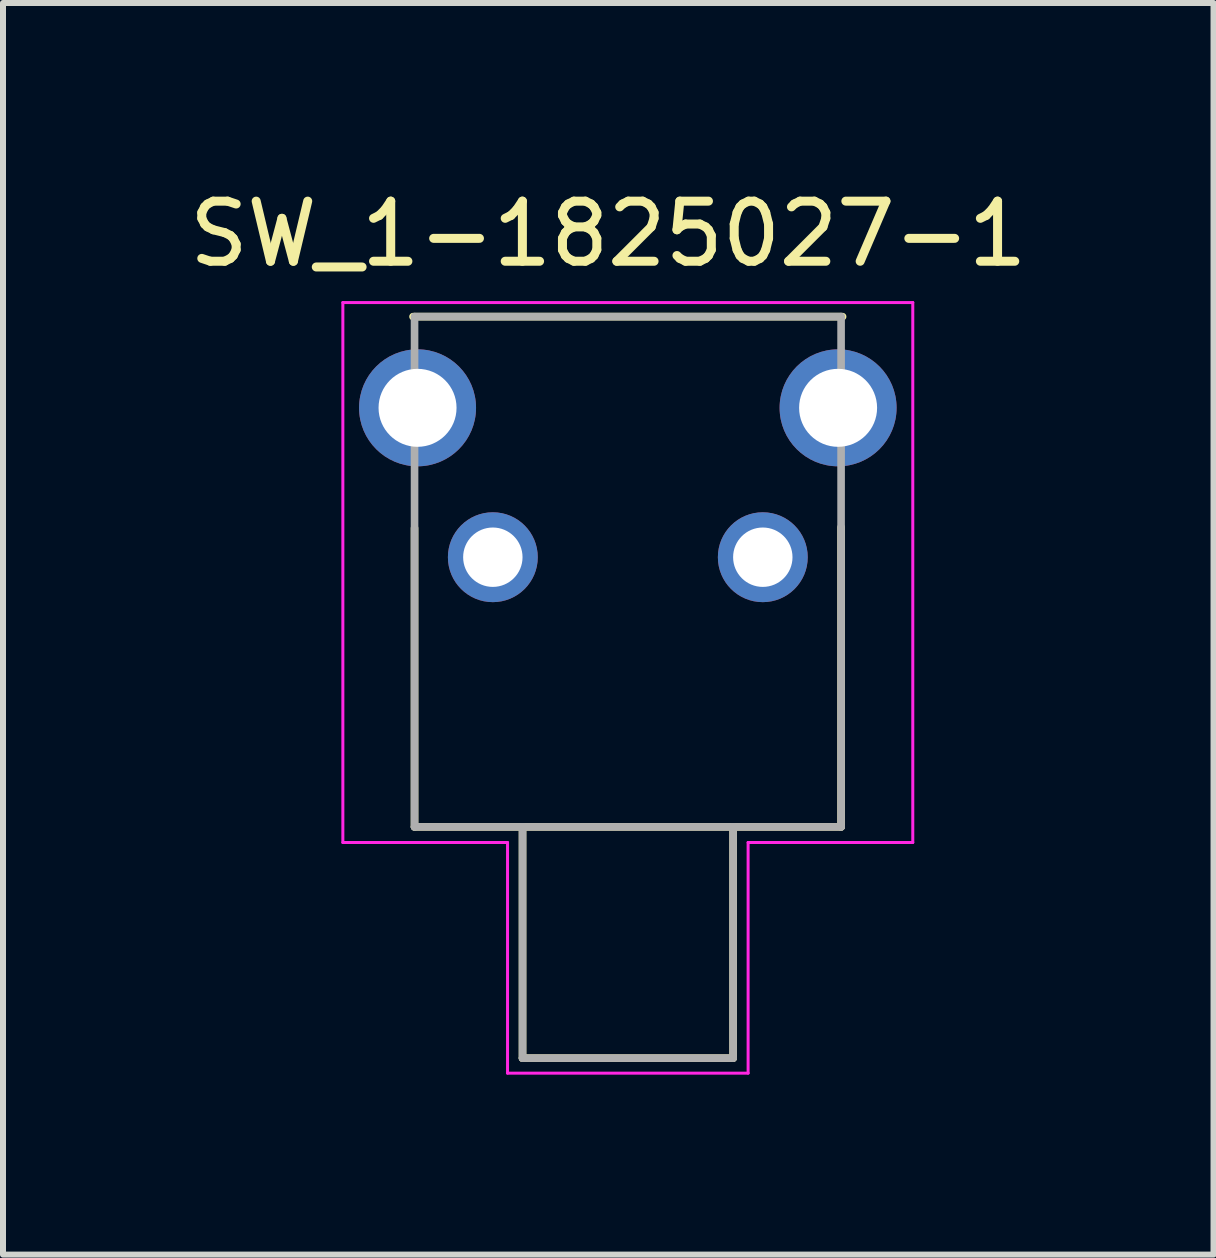
<source format=kicad_pcb>
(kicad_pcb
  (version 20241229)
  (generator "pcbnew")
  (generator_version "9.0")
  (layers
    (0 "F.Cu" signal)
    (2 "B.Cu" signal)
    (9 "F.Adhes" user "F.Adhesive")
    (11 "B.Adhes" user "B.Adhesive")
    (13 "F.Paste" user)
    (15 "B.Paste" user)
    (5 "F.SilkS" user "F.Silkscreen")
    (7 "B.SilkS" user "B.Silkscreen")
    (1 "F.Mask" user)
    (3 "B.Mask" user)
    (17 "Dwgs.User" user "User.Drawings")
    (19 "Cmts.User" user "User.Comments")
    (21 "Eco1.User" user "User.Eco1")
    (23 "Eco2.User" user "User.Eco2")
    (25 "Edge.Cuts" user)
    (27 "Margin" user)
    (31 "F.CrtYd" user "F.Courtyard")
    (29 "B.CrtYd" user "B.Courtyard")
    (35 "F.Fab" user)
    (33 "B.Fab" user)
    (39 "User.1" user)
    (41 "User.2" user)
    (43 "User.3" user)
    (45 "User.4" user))
  (footprint "SW_1-1825027-1"
    (layer "F.Cu")
    (at 7.415 6.238)
    (property "Reference" "SW_1-1825027-1" (at -0.326 -5.389 0) (layer "F.SilkS") (effects (font (size 1.002 1.002) (thickness 0.15))))
    (attr through_hole)
    (fp_line (start -3.58 -4.01) (end 3.58 -4.01) (stroke (width 0.127) (type solid)) (layer "F.SilkS"))
    (fp_line (start -3.555 4.495) (end -3.555 -0.485) (stroke (width 0.127) (type solid)) (layer "F.SilkS"))
    (fp_line (start -1.755 4.495) (end -3.555 4.495) (stroke (width 0.127) (type solid)) (layer "F.SilkS"))
    (fp_line (start -1.755 4.495) (end -1.755 8.35) (stroke (width 0.127) (type solid)) (layer "F.SilkS"))
    (fp_line (start -1.755 8.35) (end 1.755 8.35) (stroke (width 0.127) (type solid)) (layer "F.SilkS"))
    (fp_line (start 1.755 4.495) (end -1.755 4.495) (stroke (width 0.127) (type solid)) (layer "F.SilkS"))
    (fp_line (start 1.755 8.35) (end 1.755 4.495) (stroke (width 0.127) (type solid)) (layer "F.SilkS"))
    (fp_line (start 3.555 -0.5) (end 3.555 4.495) (stroke (width 0.127) (type solid)) (layer "F.SilkS"))
    (fp_line (start 3.555 4.495) (end 1.755 4.495) (stroke (width 0.127) (type solid)) (layer "F.SilkS"))
    (fp_line (start -4.75 -4.245) (end 4.75 -4.245) (stroke (width 0.05) (type solid)) (layer "F.CrtYd"))
    (fp_line (start -4.75 4.755) (end -4.75 -4.245) (stroke (width 0.05) (type solid)) (layer "F.CrtYd"))
    (fp_line (start -2.005 4.755) (end -4.75 4.755) (stroke (width 0.05) (type solid)) (layer "F.CrtYd"))
    (fp_line (start -2.005 8.6) (end -2.005 4.755) (stroke (width 0.05) (type solid)) (layer "F.CrtYd"))
    (fp_line (start 2.005 4.755) (end 2.005 8.6) (stroke (width 0.05) (type solid)) (layer "F.CrtYd"))
    (fp_line (start 2.005 8.6) (end -2.005 8.6) (stroke (width 0.05) (type solid)) (layer "F.CrtYd"))
    (fp_line (start 4.75 -4.245) (end 4.75 4.755) (stroke (width 0.05) (type solid)) (layer "F.CrtYd"))
    (fp_line (start 4.75 4.755) (end 2.005 4.755) (stroke (width 0.05) (type solid)) (layer "F.CrtYd"))
    (fp_line (start -3.555 -4.01) (end 3.555 -4.01) (stroke (width 0.127) (type solid)) (layer "F.Fab"))
    (fp_line (start -3.555 4.495) (end -3.555 -4.01) (stroke (width 0.127) (type solid)) (layer "F.Fab"))
    (fp_line (start -1.755 4.495) (end -3.555 4.495) (stroke (width 0.127) (type solid)) (layer "F.Fab"))
    (fp_line (start -1.755 4.495) (end -1.755 8.35) (stroke (width 0.127) (type solid)) (layer "F.Fab"))
    (fp_line (start -1.755 8.35) (end 1.755 8.35) (stroke (width 0.127) (type solid)) (layer "F.Fab"))
    (fp_line (start 1.755 4.495) (end -1.755 4.495) (stroke (width 0.127) (type solid)) (layer "F.Fab"))
    (fp_line (start 1.755 8.35) (end 1.755 4.495) (stroke (width 0.127) (type solid)) (layer "F.Fab"))
    (fp_line (start 3.555 -4.01) (end 3.555 4.495) (stroke (width 0.127) (type solid)) (layer "F.Fab"))
    (fp_line (start 3.555 4.495) (end 1.755 4.495) (stroke (width 0.127) (type solid)) (layer "F.Fab"))
    (pad "1" thru_hole circle (at -2.25 0) (size 1.498 1.498) (drill 0.99) (layers "*.Cu" "*.Mask"))
    (pad "2" thru_hole circle (at 2.25 0) (size 1.498 1.498) (drill 0.99) (layers "*.Cu" "*.Mask"))
    (pad "S1" thru_hole circle (at -3.505 -2.49) (size 1.95 1.95) (drill 1.3) (layers "*.Cu" "*.Mask"))
    (pad "S2" thru_hole circle (at 3.505 -2.49) (size 1.95 1.95) (drill 1.3) (layers "*.Cu" "*.Mask")))
  (gr_rect
    (start -3 -3)
    (end 17.178 17.863)
    (stroke (width 0.1) (type default))
    (fill no)
    (layer "Edge.Cuts")))
</source>
